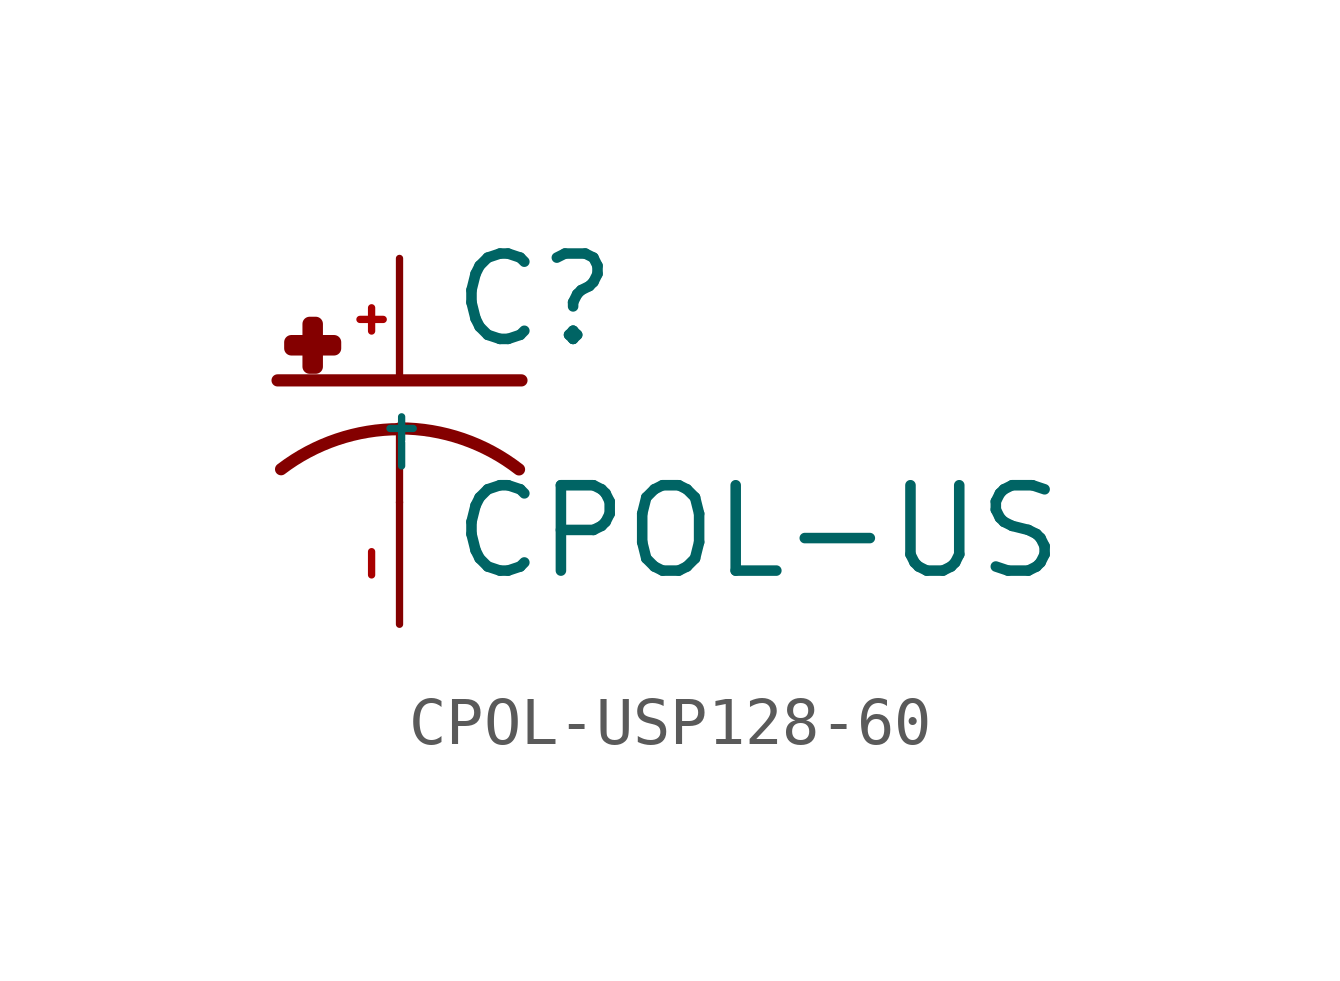
<source format=kicad_sym>
(kicad_symbol_lib
  (version 20220914)
  (generator Eagle2Kicad)
  (symbol "CPOL-USP128-60"
    (property "Reference" "C"
      (at 1.016 0.635 0)
      (effects (font (size 1.778 1.778) (thickness 0.22)) (justify left bottom)))
    (property "Value" "CPOL-US"
      (at 1.016 -4.191 0)
      (effects (font (size 1.778 1.778) (thickness 0.22)) (justify left bottom)))
    (polyline
      (pts (xy -2.54 0) (xy 2.54 0))
      (stroke (width 0.254) (type default))
      (fill (type none)))
    (polyline
      (pts (xy 0 -1.016) (xy 0 -2.54))
      (stroke (width 0.152) (type default))
      (fill (type none)))
    (arc
      (start 2.4892 -1.8542)
      (mid 1.316 -1.220)
      (end 0 -1)
      (stroke (width 0.254) (type default))
      (fill (type none)))
    (arc
      (start 0 -1.0161)
      (mid -1.302 -1.230)
      (end -2.4669 -1.8504)
      (stroke (width 0.254) (type default))
      (fill (type none)))
    (rectangle
      (start -2.253 0.668)
      (end -1.364 0.795)
      (stroke (width 0.3) (type default))
      (fill (type outline)))
    (rectangle
      (start -1.872 0.287)
      (end -1.745 1.176)
      (stroke (width 0.3) (type default))
      (fill (type outline)))
    (pin passive line
      (at 0 2.54 270)
      (length 2.54)
      (name "+" (effects (font (size 0.635 0.635) (thickness 0.08)) (justify left bottom)))
      (number "+" (effects (font (size 0.635 0.635) (thickness 0.08)) (justify left bottom))))
    (pin passive line
      (at 0 -5.08 90)
      (length 2.54)
      (name "-" (effects (font (size 0.635 0.635) (thickness 0.08)) (justify left bottom)))
      (number "-" (effects (font (size 0.635 0.635) (thickness 0.08)) (justify left bottom))))))
</source>
